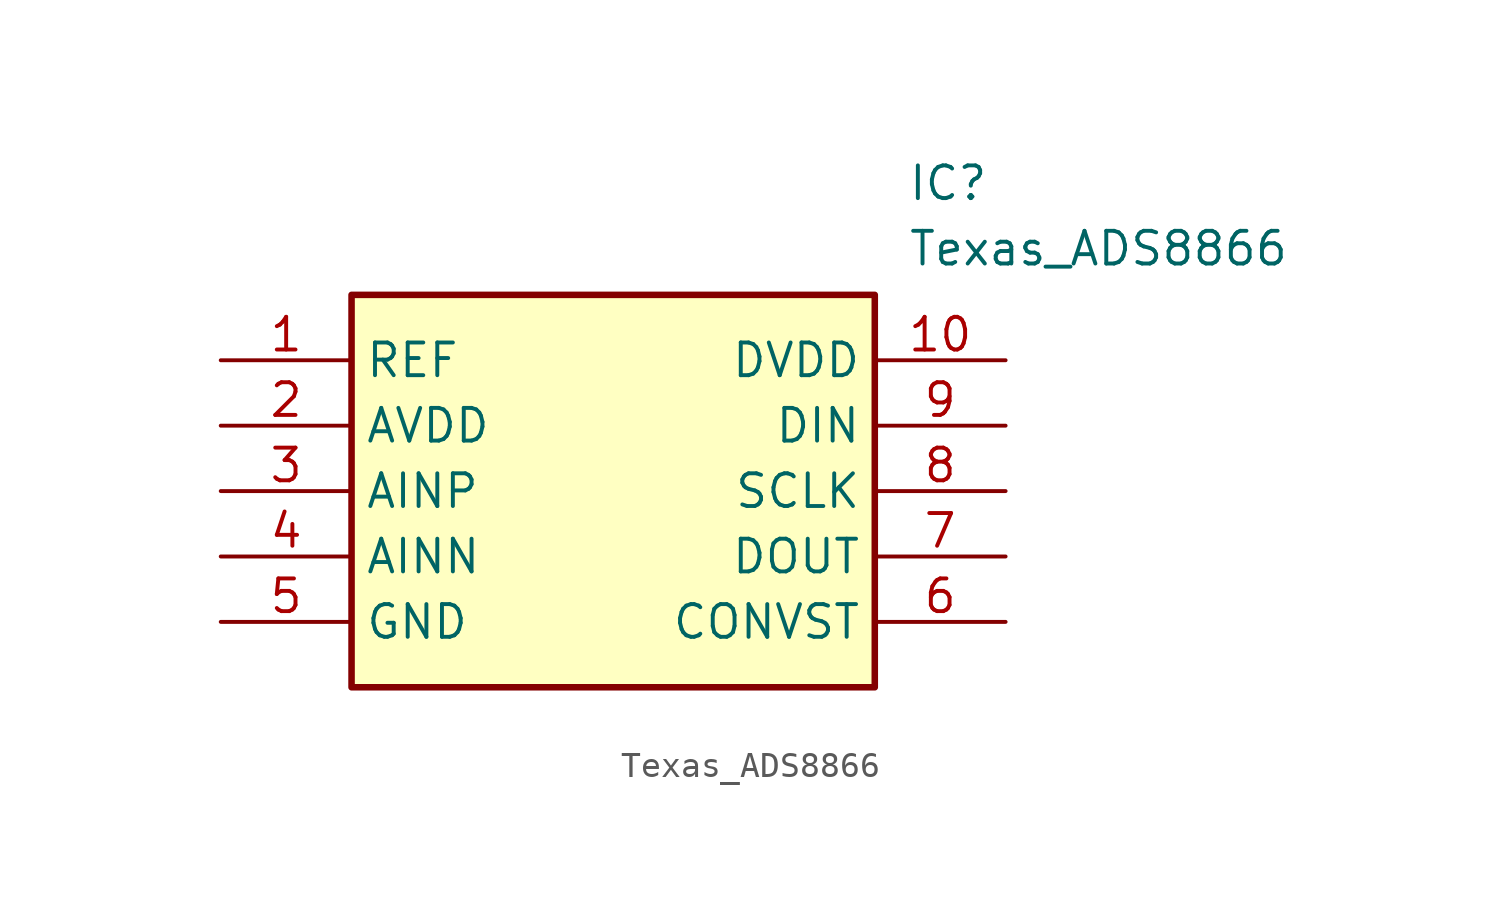
<source format=kicad_sym>
(kicad_symbol_lib
  (version 20241209)
  (generator "kicad_symbol_editor")
  (generator_version "9.0")
  (symbol "Texas_ADS8866"
    (property "Reference" "IC"
      (at 26.67 7.62 0)
      (effects (font (size 1.27 1.27)) (justify left top)))
    (property "Value" "Texas_ADS8866"
      (at 26.67 5.08 0)
      (effects (font (size 1.27 1.27)) (justify left top)))
    (symbol "Texas_ADS8866_1_1"
      (rectangle (start 5.08 2.54) (end 25.4 -12.7) (stroke (width 0.254) (type default)) (fill (type background)))
      (pin passive line (at 0 0 0) (length 5.08) (name "REF" (effects (font (size 1.27 1.27)))) (number "1" (effects (font (size 1.27 1.27)))))
      (pin passive line (at 0 -2.54 0) (length 5.08) (name "AVDD" (effects (font (size 1.27 1.27)))) (number "2" (effects (font (size 1.27 1.27)))))
      (pin passive line (at 0 -5.08 0) (length 5.08) (name "AINP" (effects (font (size 1.27 1.27)))) (number "3" (effects (font (size 1.27 1.27)))))
      (pin passive line (at 0 -7.62 0) (length 5.08) (name "AINN" (effects (font (size 1.27 1.27)))) (number "4" (effects (font (size 1.27 1.27)))))
      (pin passive line (at 0 -10.16 0) (length 5.08) (name "GND" (effects (font (size 1.27 1.27)))) (number "5" (effects (font (size 1.27 1.27)))))
      (pin passive line (at 30.48 0 180) (length 5.08) (name "DVDD" (effects (font (size 1.27 1.27)))) (number "10" (effects (font (size 1.27 1.27)))))
      (pin passive line (at 30.48 -2.54 180) (length 5.08) (name "DIN" (effects (font (size 1.27 1.27)))) (number "9" (effects (font (size 1.27 1.27)))))
      (pin passive line (at 30.48 -5.08 180) (length 5.08) (name "SCLK" (effects (font (size 1.27 1.27)))) (number "8" (effects (font (size 1.27 1.27)))))
      (pin passive line (at 30.48 -7.62 180) (length 5.08) (name "DOUT" (effects (font (size 1.27 1.27)))) (number "7" (effects (font (size 1.27 1.27)))))
      (pin passive line (at 30.48 -10.16 180) (length 5.08) (name "CONVST" (effects (font (size 1.27 1.27)))) (number "6" (effects (font (size 1.27 1.27))))))))
</source>
